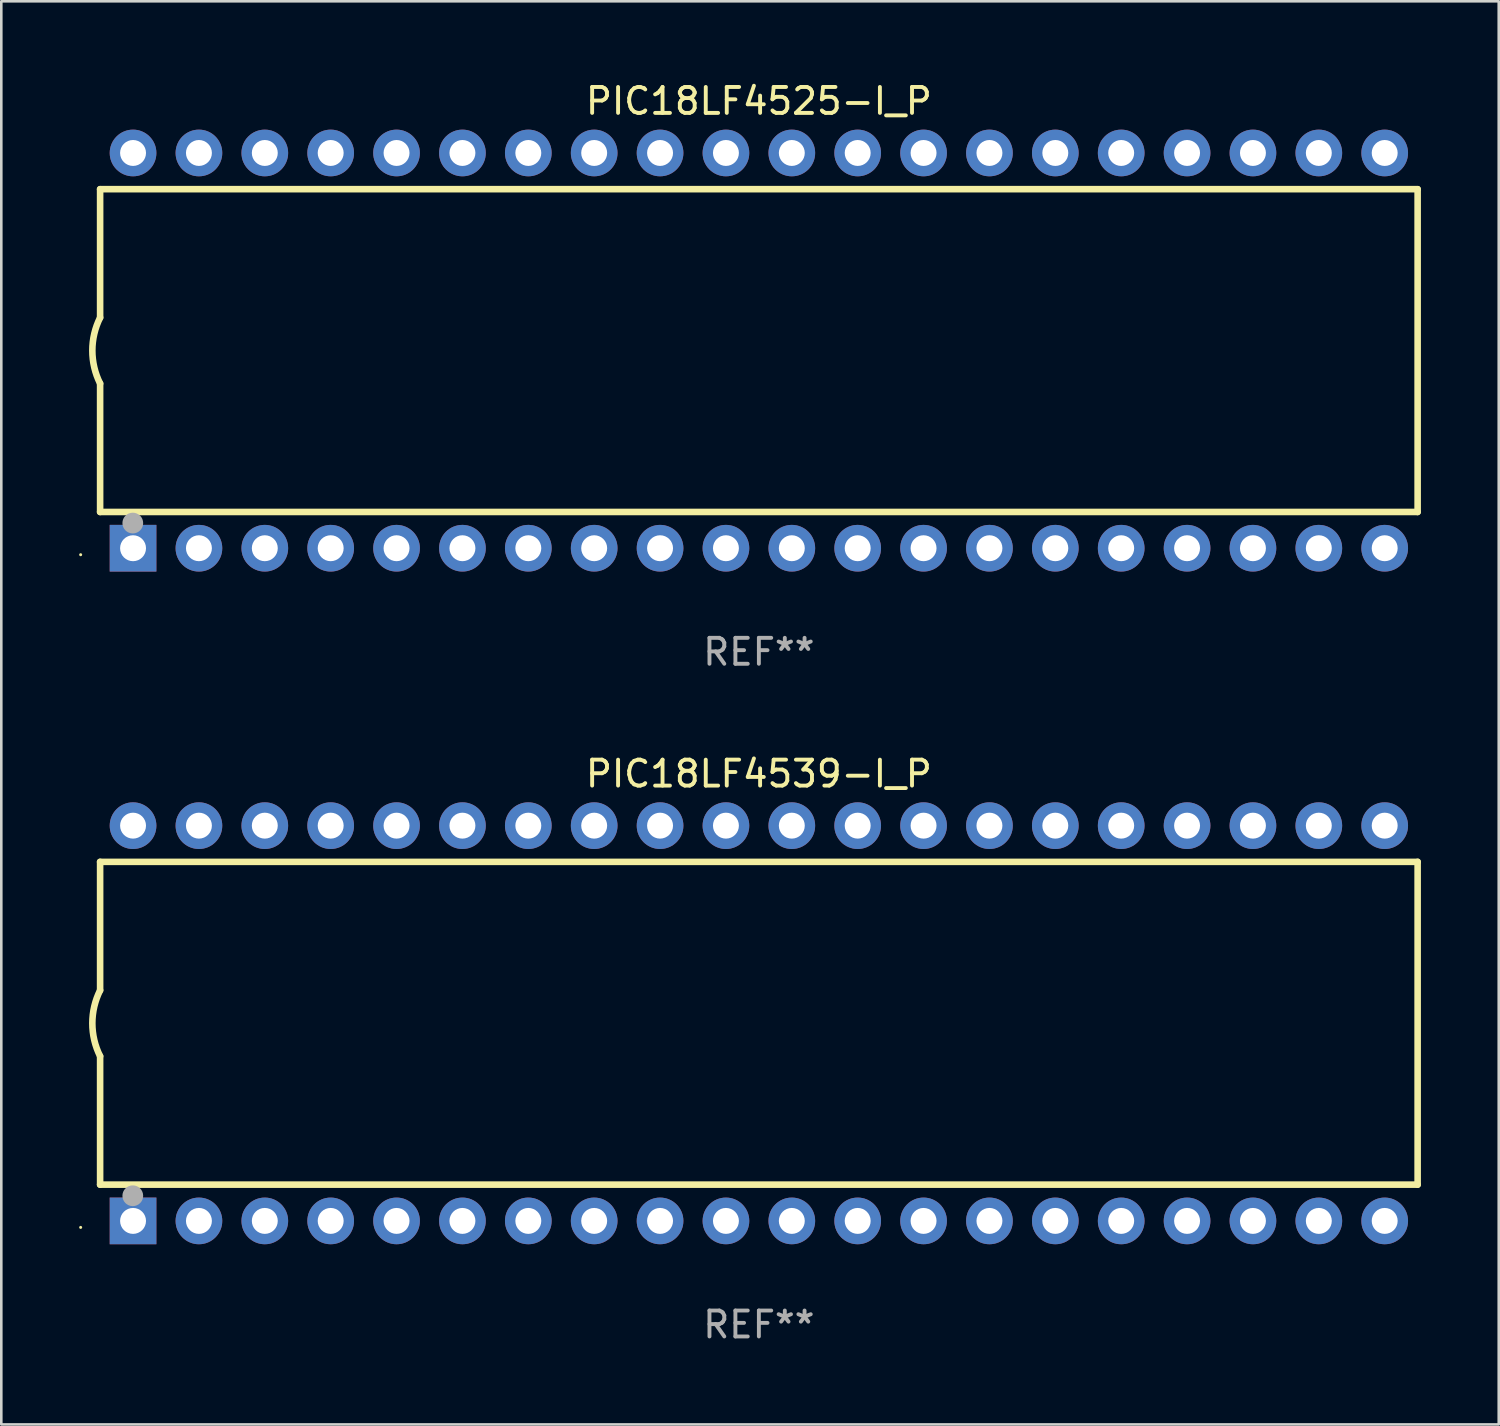
<source format=kicad_pcb>
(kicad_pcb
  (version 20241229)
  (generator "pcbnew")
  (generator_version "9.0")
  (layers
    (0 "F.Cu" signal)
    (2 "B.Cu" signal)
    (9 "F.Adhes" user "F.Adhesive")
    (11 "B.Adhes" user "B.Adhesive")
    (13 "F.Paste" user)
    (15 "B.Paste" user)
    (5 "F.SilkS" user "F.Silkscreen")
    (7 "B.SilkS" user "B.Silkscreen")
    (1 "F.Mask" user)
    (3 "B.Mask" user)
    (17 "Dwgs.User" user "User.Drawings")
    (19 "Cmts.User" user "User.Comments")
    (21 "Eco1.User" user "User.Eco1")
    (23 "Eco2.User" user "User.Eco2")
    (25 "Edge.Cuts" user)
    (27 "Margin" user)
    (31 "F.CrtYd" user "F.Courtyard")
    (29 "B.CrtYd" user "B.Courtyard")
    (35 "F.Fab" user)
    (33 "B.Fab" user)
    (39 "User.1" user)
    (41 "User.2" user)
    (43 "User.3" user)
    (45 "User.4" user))
  (footprint "PIC18LF4539-I_P"
    (layer "F.Cu")
    (at 26.21 36.405)
    (property "Reference" "PIC18LF4539-I_P" (at 0 -9.62 0) (layer "F.SilkS") (effects (font (size 1 1) (thickness 0.15))))
    (attr through_hole)
    (fp_line (start -25.4 -6.224) (end -25.4 -1.271) (stroke (width 0.254) (type solid)) (layer "F.SilkS"))
    (fp_line (start -25.4 -6.224) (end 25.4 -6.224) (stroke (width 0.254) (type solid)) (layer "F.SilkS"))
    (fp_line (start -25.4 1.269) (end -25.4 6.222) (stroke (width 0.254) (type solid)) (layer "F.SilkS"))
    (fp_line (start -25.4 6.222) (end 25.4 6.222) (stroke (width 0.254) (type solid)) (layer "F.SilkS"))
    (fp_line (start 25.4 6.222) (end 25.4 -6.224) (stroke (width 0.254) (type solid)) (layer "F.SilkS"))
    (fp_arc (start -25.4 1.269241) (mid -25.699807 -0.000762) (end -25.4 -1.270765) (stroke (width 0.254001) (type solid)) (layer "F.SilkS"))
    (fp_circle (center -26.15 7.87) (end -26.12 7.87) (stroke (width 0.06) (type solid)) (fill no) (layer "F.SilkS"))
    (fp_circle (center -24.14 6.65) (end -23.94 6.65) (stroke (width 0.4) (type solid)) (fill no) (layer "F.Fab"))
    (fp_text user "REF**" (at 0 11.62 0) (layer "F.Fab") (effects (font (size 1 1) (thickness 0.15))))
    (pad "1" thru_hole rect (at -24.13 7.62 90) (size 1.8 1.8) (drill 1) (layers "*.Cu" "*.Mask"))
    (pad "2" thru_hole circle (at -21.59 7.62) (size 1.8 1.8) (drill 1) (layers "*.Cu" "*.Mask"))
    (pad "3" thru_hole circle (at -19.05 7.62) (size 1.8 1.8) (drill 1) (layers "*.Cu" "*.Mask"))
    (pad "4" thru_hole circle (at -16.51 7.62) (size 1.8 1.8) (drill 1) (layers "*.Cu" "*.Mask"))
    (pad "5" thru_hole circle (at -13.97 7.62) (size 1.8 1.8) (drill 1) (layers "*.Cu" "*.Mask"))
    (pad "6" thru_hole circle (at -11.43 7.62) (size 1.8 1.8) (drill 1) (layers "*.Cu" "*.Mask"))
    (pad "7" thru_hole circle (at -8.89 7.62) (size 1.8 1.8) (drill 1) (layers "*.Cu" "*.Mask"))
    (pad "8" thru_hole circle (at -6.35 7.62) (size 1.8 1.8) (drill 1) (layers "*.Cu" "*.Mask"))
    (pad "9" thru_hole circle (at -3.81 7.62) (size 1.8 1.8) (drill 1) (layers "*.Cu" "*.Mask"))
    (pad "10" thru_hole circle (at -1.27 7.62) (size 1.8 1.8) (drill 1) (layers "*.Cu" "*.Mask"))
    (pad "11" thru_hole circle (at 1.27 7.62) (size 1.8 1.8) (drill 1) (layers "*.Cu" "*.Mask"))
    (pad "12" thru_hole circle (at 3.81 7.62) (size 1.8 1.8) (drill 1) (layers "*.Cu" "*.Mask"))
    (pad "13" thru_hole circle (at 6.35 7.62) (size 1.8 1.8) (drill 1) (layers "*.Cu" "*.Mask"))
    (pad "14" thru_hole circle (at 8.89 7.62) (size 1.8 1.8) (drill 1) (layers "*.Cu" "*.Mask"))
    (pad "15" thru_hole circle (at 11.43 7.62) (size 1.8 1.8) (drill 1) (layers "*.Cu" "*.Mask"))
    (pad "16" thru_hole circle (at 13.97 7.62) (size 1.8 1.8) (drill 1) (layers "*.Cu" "*.Mask"))
    (pad "17" thru_hole circle (at 16.51 7.62) (size 1.8 1.8) (drill 1) (layers "*.Cu" "*.Mask"))
    (pad "18" thru_hole circle (at 19.05 7.62) (size 1.8 1.8) (drill 1) (layers "*.Cu" "*.Mask"))
    (pad "19" thru_hole circle (at 21.59 7.62) (size 1.8 1.8) (drill 1) (layers "*.Cu" "*.Mask"))
    (pad "20" thru_hole circle (at 24.13 7.62) (size 1.8 1.8) (drill 1) (layers "*.Cu" "*.Mask"))
    (pad "21" thru_hole circle (at 24.13 -7.62) (size 1.8 1.8) (drill 1) (layers "*.Cu" "*.Mask"))
    (pad "22" thru_hole circle (at 21.59 -7.62) (size 1.8 1.8) (drill 1) (layers "*.Cu" "*.Mask"))
    (pad "23" thru_hole circle (at 19.05 -7.62) (size 1.8 1.8) (drill 1) (layers "*.Cu" "*.Mask"))
    (pad "24" thru_hole circle (at 16.51 -7.62) (size 1.8 1.8) (drill 1) (layers "*.Cu" "*.Mask"))
    (pad "25" thru_hole circle (at 13.97 -7.62) (size 1.8 1.8) (drill 1) (layers "*.Cu" "*.Mask"))
    (pad "26" thru_hole circle (at 11.43 -7.62) (size 1.8 1.8) (drill 1) (layers "*.Cu" "*.Mask"))
    (pad "27" thru_hole circle (at 8.89 -7.62) (size 1.8 1.8) (drill 1) (layers "*.Cu" "*.Mask"))
    (pad "28" thru_hole circle (at 6.35 -7.62) (size 1.8 1.8) (drill 1) (layers "*.Cu" "*.Mask"))
    (pad "29" thru_hole circle (at 3.81 -7.62) (size 1.8 1.8) (drill 1) (layers "*.Cu" "*.Mask"))
    (pad "30" thru_hole circle (at 1.27 -7.62) (size 1.8 1.8) (drill 1) (layers "*.Cu" "*.Mask"))
    (pad "31" thru_hole circle (at -1.27 -7.62) (size 1.8 1.8) (drill 1) (layers "*.Cu" "*.Mask"))
    (pad "32" thru_hole circle (at -3.81 -7.62) (size 1.8 1.8) (drill 1) (layers "*.Cu" "*.Mask"))
    (pad "33" thru_hole circle (at -6.35 -7.62) (size 1.8 1.8) (drill 1) (layers "*.Cu" "*.Mask"))
    (pad "34" thru_hole circle (at -8.89 -7.62) (size 1.8 1.8) (drill 1) (layers "*.Cu" "*.Mask"))
    (pad "35" thru_hole circle (at -11.43 -7.62) (size 1.8 1.8) (drill 1) (layers "*.Cu" "*.Mask"))
    (pad "36" thru_hole circle (at -13.97 -7.62) (size 1.8 1.8) (drill 1) (layers "*.Cu" "*.Mask"))
    (pad "37" thru_hole circle (at -16.51 -7.62) (size 1.8 1.8) (drill 1) (layers "*.Cu" "*.Mask"))
    (pad "38" thru_hole circle (at -19.05 -7.62) (size 1.8 1.8) (drill 1) (layers "*.Cu" "*.Mask"))
    (pad "39" thru_hole circle (at -21.59 -7.62) (size 1.8 1.8) (drill 1) (layers "*.Cu" "*.Mask"))
    (pad "40" thru_hole circle (at -24.13 -7.62) (size 1.8 1.8) (drill 1) (layers "*.Cu" "*.Mask")))
  (footprint "PIC18LF4525-I_P"
    (layer "F.Cu")
    (at 26.21 10.468)
    (property "Reference" "PIC18LF4525-I_P" (at 0 -9.62 0) (layer "F.SilkS") (effects (font (size 1 1) (thickness 0.15))))
    (attr through_hole)
    (fp_line (start -25.4 -6.224) (end -25.4 -1.271) (stroke (width 0.254) (type solid)) (layer "F.SilkS"))
    (fp_line (start -25.4 -6.224) (end 25.4 -6.224) (stroke (width 0.254) (type solid)) (layer "F.SilkS"))
    (fp_line (start -25.4 1.269) (end -25.4 6.222) (stroke (width 0.254) (type solid)) (layer "F.SilkS"))
    (fp_line (start -25.4 6.222) (end 25.4 6.222) (stroke (width 0.254) (type solid)) (layer "F.SilkS"))
    (fp_line (start 25.4 6.222) (end 25.4 -6.224) (stroke (width 0.254) (type solid)) (layer "F.SilkS"))
    (fp_arc (start -25.4 1.269241) (mid -25.699807 -0.000762) (end -25.4 -1.270765) (stroke (width 0.254001) (type solid)) (layer "F.SilkS"))
    (fp_circle (center -26.15 7.87) (end -26.12 7.87) (stroke (width 0.06) (type solid)) (fill no) (layer "F.SilkS"))
    (fp_circle (center -24.14 6.65) (end -23.94 6.65) (stroke (width 0.4) (type solid)) (fill no) (layer "F.Fab"))
    (fp_text user "REF**" (at 0 11.62 0) (layer "F.Fab") (effects (font (size 1 1) (thickness 0.15))))
    (pad "1" thru_hole rect (at -24.13 7.62 90) (size 1.8 1.8) (drill 1) (layers "*.Cu" "*.Mask"))
    (pad "2" thru_hole circle (at -21.59 7.62) (size 1.8 1.8) (drill 1) (layers "*.Cu" "*.Mask"))
    (pad "3" thru_hole circle (at -19.05 7.62) (size 1.8 1.8) (drill 1) (layers "*.Cu" "*.Mask"))
    (pad "4" thru_hole circle (at -16.51 7.62) (size 1.8 1.8) (drill 1) (layers "*.Cu" "*.Mask"))
    (pad "5" thru_hole circle (at -13.97 7.62) (size 1.8 1.8) (drill 1) (layers "*.Cu" "*.Mask"))
    (pad "6" thru_hole circle (at -11.43 7.62) (size 1.8 1.8) (drill 1) (layers "*.Cu" "*.Mask"))
    (pad "7" thru_hole circle (at -8.89 7.62) (size 1.8 1.8) (drill 1) (layers "*.Cu" "*.Mask"))
    (pad "8" thru_hole circle (at -6.35 7.62) (size 1.8 1.8) (drill 1) (layers "*.Cu" "*.Mask"))
    (pad "9" thru_hole circle (at -3.81 7.62) (size 1.8 1.8) (drill 1) (layers "*.Cu" "*.Mask"))
    (pad "10" thru_hole circle (at -1.27 7.62) (size 1.8 1.8) (drill 1) (layers "*.Cu" "*.Mask"))
    (pad "11" thru_hole circle (at 1.27 7.62) (size 1.8 1.8) (drill 1) (layers "*.Cu" "*.Mask"))
    (pad "12" thru_hole circle (at 3.81 7.62) (size 1.8 1.8) (drill 1) (layers "*.Cu" "*.Mask"))
    (pad "13" thru_hole circle (at 6.35 7.62) (size 1.8 1.8) (drill 1) (layers "*.Cu" "*.Mask"))
    (pad "14" thru_hole circle (at 8.89 7.62) (size 1.8 1.8) (drill 1) (layers "*.Cu" "*.Mask"))
    (pad "15" thru_hole circle (at 11.43 7.62) (size 1.8 1.8) (drill 1) (layers "*.Cu" "*.Mask"))
    (pad "16" thru_hole circle (at 13.97 7.62) (size 1.8 1.8) (drill 1) (layers "*.Cu" "*.Mask"))
    (pad "17" thru_hole circle (at 16.51 7.62) (size 1.8 1.8) (drill 1) (layers "*.Cu" "*.Mask"))
    (pad "18" thru_hole circle (at 19.05 7.62) (size 1.8 1.8) (drill 1) (layers "*.Cu" "*.Mask"))
    (pad "19" thru_hole circle (at 21.59 7.62) (size 1.8 1.8) (drill 1) (layers "*.Cu" "*.Mask"))
    (pad "20" thru_hole circle (at 24.13 7.62) (size 1.8 1.8) (drill 1) (layers "*.Cu" "*.Mask"))
    (pad "21" thru_hole circle (at 24.13 -7.62) (size 1.8 1.8) (drill 1) (layers "*.Cu" "*.Mask"))
    (pad "22" thru_hole circle (at 21.59 -7.62) (size 1.8 1.8) (drill 1) (layers "*.Cu" "*.Mask"))
    (pad "23" thru_hole circle (at 19.05 -7.62) (size 1.8 1.8) (drill 1) (layers "*.Cu" "*.Mask"))
    (pad "24" thru_hole circle (at 16.51 -7.62) (size 1.8 1.8) (drill 1) (layers "*.Cu" "*.Mask"))
    (pad "25" thru_hole circle (at 13.97 -7.62) (size 1.8 1.8) (drill 1) (layers "*.Cu" "*.Mask"))
    (pad "26" thru_hole circle (at 11.43 -7.62) (size 1.8 1.8) (drill 1) (layers "*.Cu" "*.Mask"))
    (pad "27" thru_hole circle (at 8.89 -7.62) (size 1.8 1.8) (drill 1) (layers "*.Cu" "*.Mask"))
    (pad "28" thru_hole circle (at 6.35 -7.62) (size 1.8 1.8) (drill 1) (layers "*.Cu" "*.Mask"))
    (pad "29" thru_hole circle (at 3.81 -7.62) (size 1.8 1.8) (drill 1) (layers "*.Cu" "*.Mask"))
    (pad "30" thru_hole circle (at 1.27 -7.62) (size 1.8 1.8) (drill 1) (layers "*.Cu" "*.Mask"))
    (pad "31" thru_hole circle (at -1.27 -7.62) (size 1.8 1.8) (drill 1) (layers "*.Cu" "*.Mask"))
    (pad "32" thru_hole circle (at -3.81 -7.62) (size 1.8 1.8) (drill 1) (layers "*.Cu" "*.Mask"))
    (pad "33" thru_hole circle (at -6.35 -7.62) (size 1.8 1.8) (drill 1) (layers "*.Cu" "*.Mask"))
    (pad "34" thru_hole circle (at -8.89 -7.62) (size 1.8 1.8) (drill 1) (layers "*.Cu" "*.Mask"))
    (pad "35" thru_hole circle (at -11.43 -7.62) (size 1.8 1.8) (drill 1) (layers "*.Cu" "*.Mask"))
    (pad "36" thru_hole circle (at -13.97 -7.62) (size 1.8 1.8) (drill 1) (layers "*.Cu" "*.Mask"))
    (pad "37" thru_hole circle (at -16.51 -7.62) (size 1.8 1.8) (drill 1) (layers "*.Cu" "*.Mask"))
    (pad "38" thru_hole circle (at -19.05 -7.62) (size 1.8 1.8) (drill 1) (layers "*.Cu" "*.Mask"))
    (pad "39" thru_hole circle (at -21.59 -7.62) (size 1.8 1.8) (drill 1) (layers "*.Cu" "*.Mask"))
    (pad "40" thru_hole circle (at -24.13 -7.62) (size 1.8 1.8) (drill 1) (layers "*.Cu" "*.Mask")))
  (gr_rect
    (start -3 -3)
    (end 54.737 51.873)
    (stroke (width 0.1) (type default))
    (fill no)
    (layer "Edge.Cuts")))
</source>
